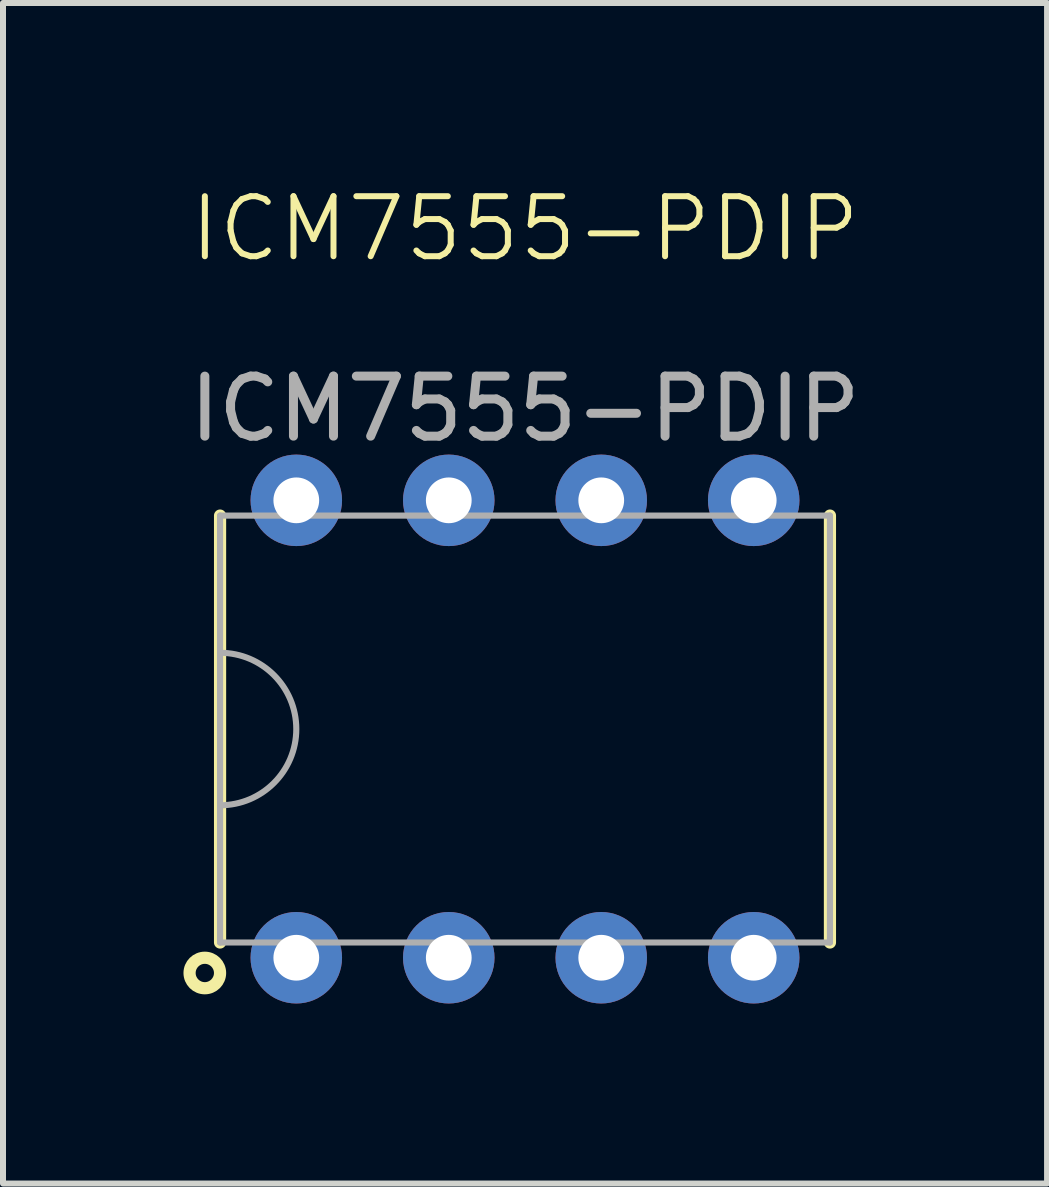
<source format=kicad_pcb>
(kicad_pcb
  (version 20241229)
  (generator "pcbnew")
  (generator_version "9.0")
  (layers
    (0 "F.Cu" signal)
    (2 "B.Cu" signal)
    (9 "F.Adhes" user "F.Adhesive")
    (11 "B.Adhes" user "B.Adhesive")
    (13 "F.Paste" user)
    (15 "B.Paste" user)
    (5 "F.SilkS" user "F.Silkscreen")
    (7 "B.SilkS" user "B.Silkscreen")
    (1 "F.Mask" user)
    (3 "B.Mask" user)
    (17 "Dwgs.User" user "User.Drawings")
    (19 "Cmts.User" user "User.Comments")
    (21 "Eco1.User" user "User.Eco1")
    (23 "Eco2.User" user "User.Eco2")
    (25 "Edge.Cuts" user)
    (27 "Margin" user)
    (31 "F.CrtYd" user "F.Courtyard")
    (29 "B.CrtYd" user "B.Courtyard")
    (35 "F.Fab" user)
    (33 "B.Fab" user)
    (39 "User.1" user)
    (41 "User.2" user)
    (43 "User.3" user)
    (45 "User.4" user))
  (footprint "ICM7555-PDIP"
    (layer "F.Cu")
    (at 5.696 9.095)
    (property "Reference" "ICM7555-PDIP" (at 0 -8.334 0) (unlocked yes) (layer "F.SilkS") (effects (font (size 1 1) (thickness 0.1))))
    (fp_line (start -5.08 -3.556) (end -5.08 3.556) (stroke (width 0.203) (type default)) (layer "F.SilkS"))
    (fp_line (start 5.08 -3.556) (end 5.08 3.556) (stroke (width 0.203) (type default)) (layer "F.SilkS"))
    (fp_circle (center -5.334 4.064) (end -5.08 4.064) (stroke (width 0.203) (type default)) (fill no) (layer "F.SilkS"))
    (fp_line (start -5.08 -3.556) (end -5.08 3.556) (stroke (width 0.102) (type default)) (layer "F.Fab"))
    (fp_line (start -5.08 -3.556) (end 5.08 -3.556) (stroke (width 0.102) (type default)) (layer "F.Fab"))
    (fp_line (start 5.08 3.556) (end -5.08 3.556) (stroke (width 0.102) (type default)) (layer "F.Fab"))
    (fp_line (start 5.08 3.556) (end 5.08 -3.556) (stroke (width 0.102) (type default)) (layer "F.Fab"))
    (fp_arc (start -5.08 -1.27) (mid -3.81 0) (end -5.08 1.27) (stroke (width 0.1016) (type default)) (layer "F.Fab"))
    (fp_text user "${REFERENCE}" (at 0 -5.334 0) (unlocked yes) (layer "F.Fab") (effects (font (size 1 1) (thickness 0.15))))
    (pad "1" thru_hole circle (at -3.81 3.81) (size 1.524 1.524) (drill 0.762) (layers "*.Cu" "*.Mask"))
    (pad "2" thru_hole circle (at -1.27 3.81) (size 1.524 1.524) (drill 0.762) (layers "*.Cu" "*.Mask"))
    (pad "3" thru_hole circle (at 1.27 3.81 90) (size 1.524 1.524) (drill 0.762) (layers "*.Cu" "*.Mask"))
    (pad "4" thru_hole circle (at 3.81 3.81 90) (size 1.524 1.524) (drill 0.762) (layers "*.Cu" "*.Mask"))
    (pad "5" thru_hole circle (at 3.81 -3.81 90) (size 1.524 1.524) (drill 0.762) (layers "*.Cu" "*.Mask"))
    (pad "6" thru_hole circle (at 1.27 -3.81 90) (size 1.524 1.524) (drill 0.762) (layers "*.Cu" "*.Mask"))
    (pad "7" thru_hole circle (at -1.27 -3.81 90) (size 1.524 1.524) (drill 0.762) (layers "*.Cu" "*.Mask"))
    (pad "8" thru_hole circle (at -3.81 -3.81 90) (size 1.524 1.524) (drill 0.762) (layers "*.Cu" "*.Mask")))
  (gr_rect
    (start -3 -3)
    (end 14.393 16.666)
    (stroke (width 0.1) (type default))
    (fill no)
    (layer "Edge.Cuts")))
</source>
